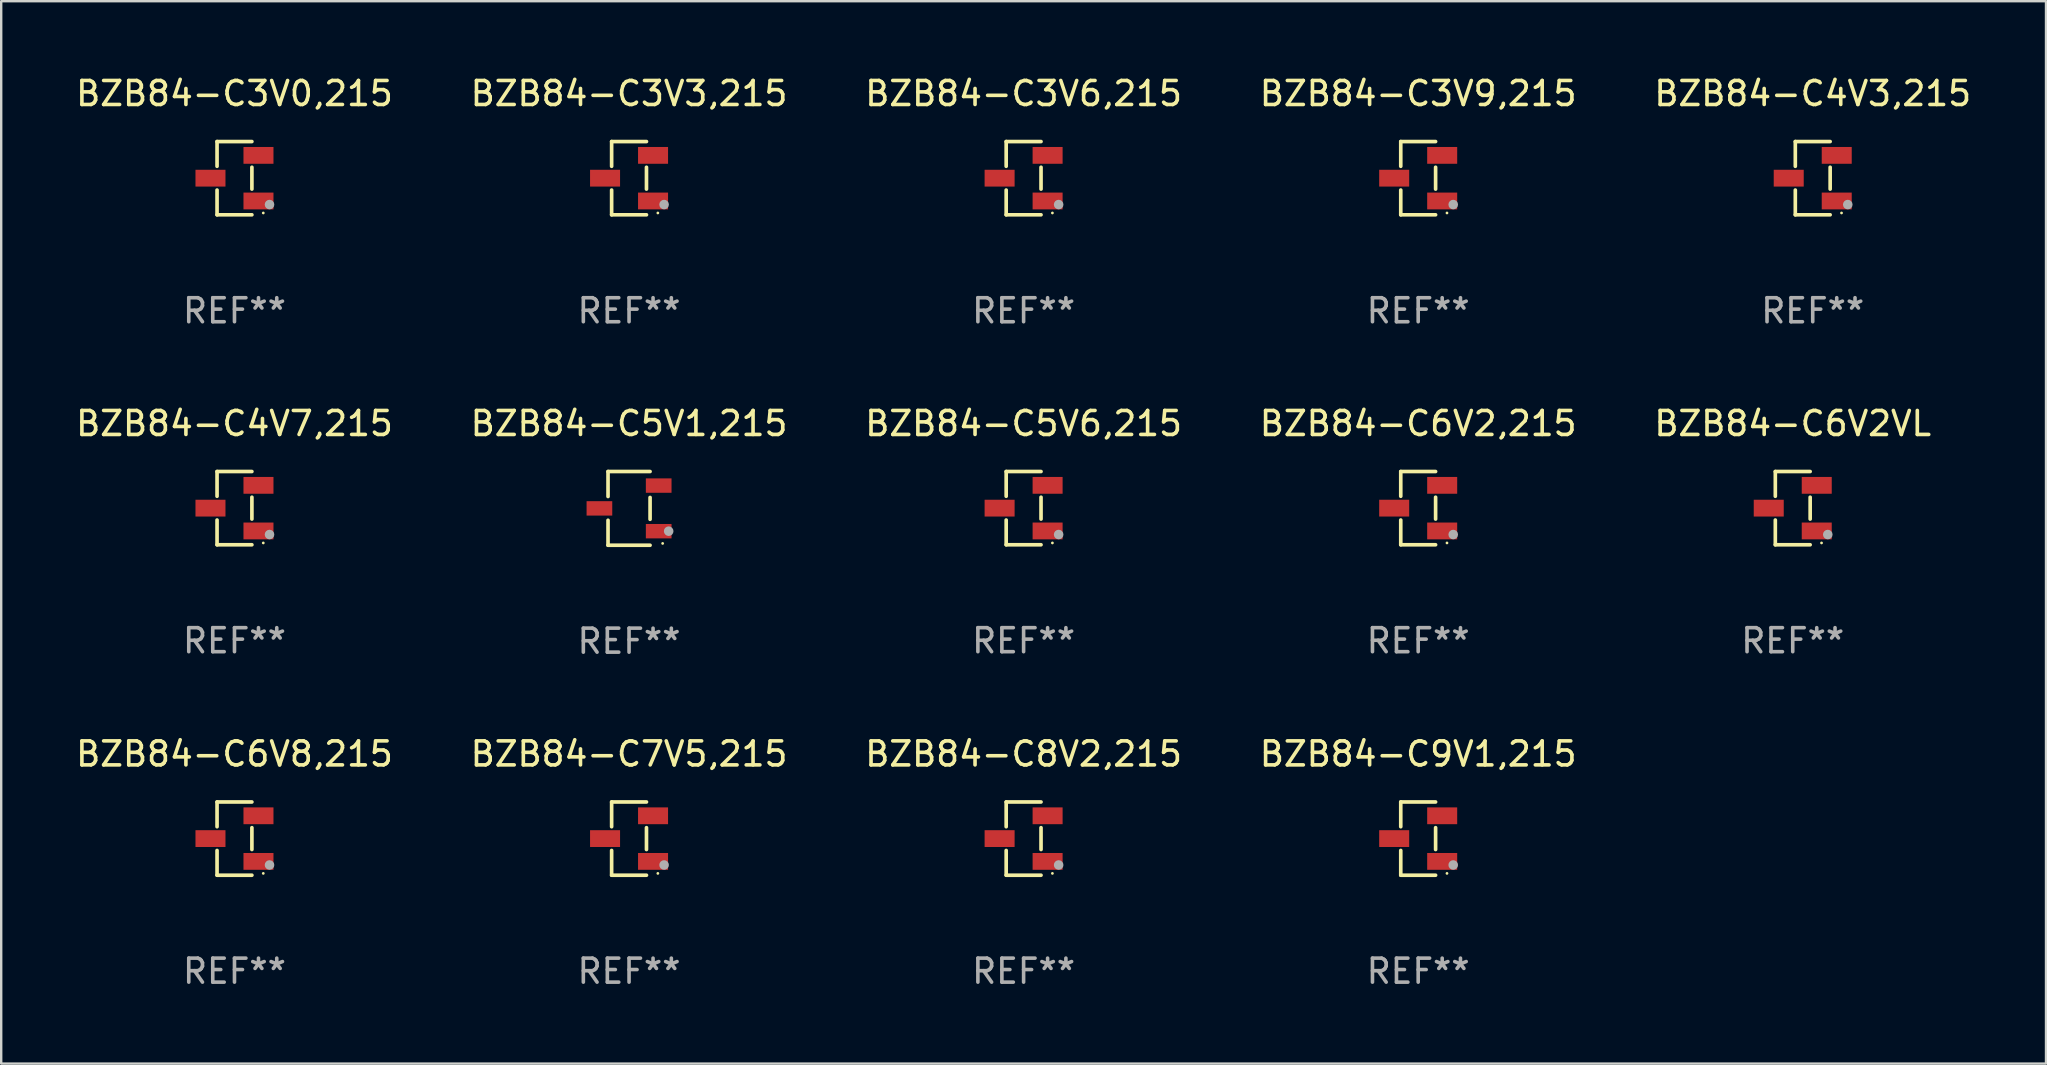
<source format=kicad_pcb>
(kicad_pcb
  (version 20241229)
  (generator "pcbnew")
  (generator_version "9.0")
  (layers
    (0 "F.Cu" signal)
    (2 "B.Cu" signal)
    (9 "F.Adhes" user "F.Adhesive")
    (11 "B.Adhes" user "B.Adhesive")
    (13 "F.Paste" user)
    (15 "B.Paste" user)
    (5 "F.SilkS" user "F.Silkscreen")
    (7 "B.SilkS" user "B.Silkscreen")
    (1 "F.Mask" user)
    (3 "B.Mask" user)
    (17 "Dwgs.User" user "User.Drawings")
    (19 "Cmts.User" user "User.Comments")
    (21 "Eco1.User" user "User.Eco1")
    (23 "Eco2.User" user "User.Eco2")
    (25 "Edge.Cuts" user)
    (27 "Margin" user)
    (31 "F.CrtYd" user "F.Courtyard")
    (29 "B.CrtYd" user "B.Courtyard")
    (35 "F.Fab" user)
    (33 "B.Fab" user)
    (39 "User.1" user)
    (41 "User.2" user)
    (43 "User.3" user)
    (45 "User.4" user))
  (footprint "BZB84-C4V3,215"
    (layer "F.Cu")
    (at 72.482 4.374)
    (property "Reference" "BZB84-C4V3,215" (at 0 -3.526 0) (layer "F.SilkS") (effects (font (size 1 1) (thickness 0.15))))
    (attr through_hole)
    (fp_line (start -0.726 -1.526) (end -0.726 -0.495) (stroke (width 0.152) (type solid)) (layer "F.SilkS"))
    (fp_line (start -0.726 1.526) (end -0.726 0.495) (stroke (width 0.152) (type solid)) (layer "F.SilkS"))
    (fp_line (start 0.726 -1.526) (end -0.726 -1.526) (stroke (width 0.152) (type solid)) (layer "F.SilkS"))
    (fp_line (start 0.726 -0.455) (end 0.726 0.455) (stroke (width 0.152) (type solid)) (layer "F.SilkS"))
    (fp_line (start 0.726 1.526) (end -0.726 1.526) (stroke (width 0.152) (type solid)) (layer "F.SilkS"))
    (fp_circle (center 1.2 1.45) (end 1.23 1.45) (stroke (width 0.06) (type solid)) (fill no) (layer "F.SilkS"))
    (fp_circle (center 1.46 1.1) (end 1.56 1.1) (stroke (width 0.2) (type solid)) (fill no) (layer "F.Fab"))
    (fp_text user "REF**" (at 0 5.526 0) (layer "F.Fab") (effects (font (size 1 1) (thickness 0.15))))
    (pad "1" smd rect (at 1 0.95) (size 1.25 0.7) (layers "F.Cu" "F.Mask" "F.Paste"))
    (pad "2" smd rect (at 1 -0.95) (size 1.25 0.7) (layers "F.Cu" "F.Mask" "F.Paste"))
    (pad "3" smd rect (at -1 0) (size 1.25 0.7) (layers "F.Cu" "F.Mask" "F.Paste")))
  (footprint "BZB84-C3V9,215"
    (layer "F.Cu")
    (at 56.042 4.374)
    (property "Reference" "BZB84-C3V9,215" (at 0 -3.526 0) (layer "F.SilkS") (effects (font (size 1 1) (thickness 0.15))))
    (attr through_hole)
    (fp_line (start -0.726 -1.526) (end -0.726 -0.495) (stroke (width 0.152) (type solid)) (layer "F.SilkS"))
    (fp_line (start -0.726 1.526) (end -0.726 0.495) (stroke (width 0.152) (type solid)) (layer "F.SilkS"))
    (fp_line (start 0.726 -1.526) (end -0.726 -1.526) (stroke (width 0.152) (type solid)) (layer "F.SilkS"))
    (fp_line (start 0.726 -0.455) (end 0.726 0.455) (stroke (width 0.152) (type solid)) (layer "F.SilkS"))
    (fp_line (start 0.726 1.526) (end -0.726 1.526) (stroke (width 0.152) (type solid)) (layer "F.SilkS"))
    (fp_circle (center 1.2 1.45) (end 1.23 1.45) (stroke (width 0.06) (type solid)) (fill no) (layer "F.SilkS"))
    (fp_circle (center 1.46 1.1) (end 1.56 1.1) (stroke (width 0.2) (type solid)) (fill no) (layer "F.Fab"))
    (fp_text user "REF**" (at 0 5.526 0) (layer "F.Fab") (effects (font (size 1 1) (thickness 0.15))))
    (pad "1" smd rect (at 1 0.95) (size 1.25 0.7) (layers "F.Cu" "F.Mask" "F.Paste"))
    (pad "2" smd rect (at 1 -0.95) (size 1.25 0.7) (layers "F.Cu" "F.Mask" "F.Paste"))
    (pad "3" smd rect (at -1 0) (size 1.25 0.7) (layers "F.Cu" "F.Mask" "F.Paste")))
  (footprint "BZB84-C3V6,215"
    (layer "F.Cu")
    (at 39.601 4.374)
    (property "Reference" "BZB84-C3V6,215" (at 0 -3.526 0) (layer "F.SilkS") (effects (font (size 1 1) (thickness 0.15))))
    (attr through_hole)
    (fp_line (start -0.726 -1.526) (end -0.726 -0.495) (stroke (width 0.152) (type solid)) (layer "F.SilkS"))
    (fp_line (start -0.726 1.526) (end -0.726 0.495) (stroke (width 0.152) (type solid)) (layer "F.SilkS"))
    (fp_line (start 0.726 -1.526) (end -0.726 -1.526) (stroke (width 0.152) (type solid)) (layer "F.SilkS"))
    (fp_line (start 0.726 -0.455) (end 0.726 0.455) (stroke (width 0.152) (type solid)) (layer "F.SilkS"))
    (fp_line (start 0.726 1.526) (end -0.726 1.526) (stroke (width 0.152) (type solid)) (layer "F.SilkS"))
    (fp_circle (center 1.2 1.45) (end 1.23 1.45) (stroke (width 0.06) (type solid)) (fill no) (layer "F.SilkS"))
    (fp_circle (center 1.46 1.1) (end 1.56 1.1) (stroke (width 0.2) (type solid)) (fill no) (layer "F.Fab"))
    (fp_text user "REF**" (at 0 5.526 0) (layer "F.Fab") (effects (font (size 1 1) (thickness 0.15))))
    (pad "1" smd rect (at 1 0.95) (size 1.25 0.7) (layers "F.Cu" "F.Mask" "F.Paste"))
    (pad "2" smd rect (at 1 -0.95) (size 1.25 0.7) (layers "F.Cu" "F.Mask" "F.Paste"))
    (pad "3" smd rect (at -1 0) (size 1.25 0.7) (layers "F.Cu" "F.Mask" "F.Paste")))
  (footprint "BZB84-C5V1,215"
    (layer "F.Cu")
    (at 23.161 18.133)
    (property "Reference" "BZB84-C5V1,215" (at 0 -3.536 0) (layer "F.SilkS") (effects (font (size 1 1) (thickness 0.15))))
    (attr through_hole)
    (fp_line (start -0.876 -1.536) (end -0.876 -0.495) (stroke (width 0.152) (type solid)) (layer "F.SilkS"))
    (fp_line (start -0.876 1.536) (end -0.876 0.495) (stroke (width 0.152) (type solid)) (layer "F.SilkS"))
    (fp_line (start 0.876 -1.536) (end -0.876 -1.536) (stroke (width 0.152) (type solid)) (layer "F.SilkS"))
    (fp_line (start 0.876 -0.455) (end 0.876 0.455) (stroke (width 0.152) (type solid)) (layer "F.SilkS"))
    (fp_line (start 0.876 1.536) (end -0.876 1.536) (stroke (width 0.152) (type solid)) (layer "F.SilkS"))
    (fp_circle (center 1.4 1.46) (end 1.43 1.46) (stroke (width 0.06) (type solid)) (fill no) (layer "F.SilkS"))
    (fp_circle (center 1.651 0.95) (end 1.751 0.95) (stroke (width 0.2) (type solid)) (fill no) (layer "F.Fab"))
    (fp_text user "REF**" (at 0 5.536 0) (layer "F.Fab") (effects (font (size 1 1) (thickness 0.15))))
    (pad "1" smd rect (at 1.235 0.95) (size 1.07 0.6) (layers "F.Cu" "F.Mask" "F.Paste"))
    (pad "2" smd rect (at 1.235 -0.95) (size 1.07 0.6) (layers "F.Cu" "F.Mask" "F.Paste"))
    (pad "3" smd rect (at -1.235 0) (size 1.07 0.6) (layers "F.Cu" "F.Mask" "F.Paste")))
  (footprint "BZB84-C9V1,215"
    (layer "F.Cu")
    (at 56.042 31.892)
    (property "Reference" "BZB84-C9V1,215" (at 0 -3.526 0) (layer "F.SilkS") (effects (font (size 1 1) (thickness 0.15))))
    (attr through_hole)
    (fp_line (start -0.726 -1.526) (end -0.726 -0.495) (stroke (width 0.152) (type solid)) (layer "F.SilkS"))
    (fp_line (start -0.726 1.526) (end -0.726 0.495) (stroke (width 0.152) (type solid)) (layer "F.SilkS"))
    (fp_line (start 0.726 -1.526) (end -0.726 -1.526) (stroke (width 0.152) (type solid)) (layer "F.SilkS"))
    (fp_line (start 0.726 -0.455) (end 0.726 0.455) (stroke (width 0.152) (type solid)) (layer "F.SilkS"))
    (fp_line (start 0.726 1.526) (end -0.726 1.526) (stroke (width 0.152) (type solid)) (layer "F.SilkS"))
    (fp_circle (center 1.2 1.45) (end 1.23 1.45) (stroke (width 0.06) (type solid)) (fill no) (layer "F.SilkS"))
    (fp_circle (center 1.46 1.1) (end 1.56 1.1) (stroke (width 0.2) (type solid)) (fill no) (layer "F.Fab"))
    (fp_text user "REF**" (at 0 5.526 0) (layer "F.Fab") (effects (font (size 1 1) (thickness 0.15))))
    (pad "1" smd rect (at 1 0.95) (size 1.25 0.7) (layers "F.Cu" "F.Mask" "F.Paste"))
    (pad "2" smd rect (at 1 -0.95) (size 1.25 0.7) (layers "F.Cu" "F.Mask" "F.Paste"))
    (pad "3" smd rect (at -1 0) (size 1.25 0.7) (layers "F.Cu" "F.Mask" "F.Paste")))
  (footprint "BZB84-C6V2,215"
    (layer "F.Cu")
    (at 56.042 18.123)
    (property "Reference" "BZB84-C6V2,215" (at 0 -3.526 0) (layer "F.SilkS") (effects (font (size 1 1) (thickness 0.15))))
    (attr through_hole)
    (fp_line (start -0.726 -1.526) (end -0.726 -0.495) (stroke (width 0.152) (type solid)) (layer "F.SilkS"))
    (fp_line (start -0.726 1.526) (end -0.726 0.495) (stroke (width 0.152) (type solid)) (layer "F.SilkS"))
    (fp_line (start 0.726 -1.526) (end -0.726 -1.526) (stroke (width 0.152) (type solid)) (layer "F.SilkS"))
    (fp_line (start 0.726 -0.455) (end 0.726 0.455) (stroke (width 0.152) (type solid)) (layer "F.SilkS"))
    (fp_line (start 0.726 1.526) (end -0.726 1.526) (stroke (width 0.152) (type solid)) (layer "F.SilkS"))
    (fp_circle (center 1.2 1.45) (end 1.23 1.45) (stroke (width 0.06) (type solid)) (fill no) (layer "F.SilkS"))
    (fp_circle (center 1.46 1.1) (end 1.56 1.1) (stroke (width 0.2) (type solid)) (fill no) (layer "F.Fab"))
    (fp_text user "REF**" (at 0 5.526 0) (layer "F.Fab") (effects (font (size 1 1) (thickness 0.15))))
    (pad "1" smd rect (at 1 0.95) (size 1.25 0.7) (layers "F.Cu" "F.Mask" "F.Paste"))
    (pad "2" smd rect (at 1 -0.95) (size 1.25 0.7) (layers "F.Cu" "F.Mask" "F.Paste"))
    (pad "3" smd rect (at -1 0) (size 1.25 0.7) (layers "F.Cu" "F.Mask" "F.Paste")))
  (footprint "BZB84-C5V6,215"
    (layer "F.Cu")
    (at 39.601 18.123)
    (property "Reference" "BZB84-C5V6,215" (at 0 -3.526 0) (layer "F.SilkS") (effects (font (size 1 1) (thickness 0.15))))
    (attr through_hole)
    (fp_line (start -0.726 -1.526) (end -0.726 -0.495) (stroke (width 0.152) (type solid)) (layer "F.SilkS"))
    (fp_line (start -0.726 1.526) (end -0.726 0.495) (stroke (width 0.152) (type solid)) (layer "F.SilkS"))
    (fp_line (start 0.726 -1.526) (end -0.726 -1.526) (stroke (width 0.152) (type solid)) (layer "F.SilkS"))
    (fp_line (start 0.726 -0.455) (end 0.726 0.455) (stroke (width 0.152) (type solid)) (layer "F.SilkS"))
    (fp_line (start 0.726 1.526) (end -0.726 1.526) (stroke (width 0.152) (type solid)) (layer "F.SilkS"))
    (fp_circle (center 1.2 1.45) (end 1.23 1.45) (stroke (width 0.06) (type solid)) (fill no) (layer "F.SilkS"))
    (fp_circle (center 1.46 1.1) (end 1.56 1.1) (stroke (width 0.2) (type solid)) (fill no) (layer "F.Fab"))
    (fp_text user "REF**" (at 0 5.526 0) (layer "F.Fab") (effects (font (size 1 1) (thickness 0.15))))
    (pad "1" smd rect (at 1 0.95) (size 1.25 0.7) (layers "F.Cu" "F.Mask" "F.Paste"))
    (pad "2" smd rect (at 1 -0.95) (size 1.25 0.7) (layers "F.Cu" "F.Mask" "F.Paste"))
    (pad "3" smd rect (at -1 0) (size 1.25 0.7) (layers "F.Cu" "F.Mask" "F.Paste")))
  (footprint "BZB84-C8V2,215"
    (layer "F.Cu")
    (at 39.601 31.892)
    (property "Reference" "BZB84-C8V2,215" (at 0 -3.526 0) (layer "F.SilkS") (effects (font (size 1 1) (thickness 0.15))))
    (attr through_hole)
    (fp_line (start -0.726 -1.526) (end -0.726 -0.495) (stroke (width 0.152) (type solid)) (layer "F.SilkS"))
    (fp_line (start -0.726 1.526) (end -0.726 0.495) (stroke (width 0.152) (type solid)) (layer "F.SilkS"))
    (fp_line (start 0.726 -1.526) (end -0.726 -1.526) (stroke (width 0.152) (type solid)) (layer "F.SilkS"))
    (fp_line (start 0.726 -0.455) (end 0.726 0.455) (stroke (width 0.152) (type solid)) (layer "F.SilkS"))
    (fp_line (start 0.726 1.526) (end -0.726 1.526) (stroke (width 0.152) (type solid)) (layer "F.SilkS"))
    (fp_circle (center 1.2 1.45) (end 1.23 1.45) (stroke (width 0.06) (type solid)) (fill no) (layer "F.SilkS"))
    (fp_circle (center 1.46 1.1) (end 1.56 1.1) (stroke (width 0.2) (type solid)) (fill no) (layer "F.Fab"))
    (fp_text user "REF**" (at 0 5.526 0) (layer "F.Fab") (effects (font (size 1 1) (thickness 0.15))))
    (pad "1" smd rect (at 1 0.95) (size 1.25 0.7) (layers "F.Cu" "F.Mask" "F.Paste"))
    (pad "2" smd rect (at 1 -0.95) (size 1.25 0.7) (layers "F.Cu" "F.Mask" "F.Paste"))
    (pad "3" smd rect (at -1 0) (size 1.25 0.7) (layers "F.Cu" "F.Mask" "F.Paste")))
  (footprint "BZB84-C6V8,215"
    (layer "F.Cu")
    (at 6.72 31.892)
    (property "Reference" "BZB84-C6V8,215" (at 0 -3.526 0) (layer "F.SilkS") (effects (font (size 1 1) (thickness 0.15))))
    (attr through_hole)
    (fp_line (start -0.726 -1.526) (end -0.726 -0.495) (stroke (width 0.152) (type solid)) (layer "F.SilkS"))
    (fp_line (start -0.726 1.526) (end -0.726 0.495) (stroke (width 0.152) (type solid)) (layer "F.SilkS"))
    (fp_line (start 0.726 -1.526) (end -0.726 -1.526) (stroke (width 0.152) (type solid)) (layer "F.SilkS"))
    (fp_line (start 0.726 -0.455) (end 0.726 0.455) (stroke (width 0.152) (type solid)) (layer "F.SilkS"))
    (fp_line (start 0.726 1.526) (end -0.726 1.526) (stroke (width 0.152) (type solid)) (layer "F.SilkS"))
    (fp_circle (center 1.2 1.45) (end 1.23 1.45) (stroke (width 0.06) (type solid)) (fill no) (layer "F.SilkS"))
    (fp_circle (center 1.46 1.1) (end 1.56 1.1) (stroke (width 0.2) (type solid)) (fill no) (layer "F.Fab"))
    (fp_text user "REF**" (at 0 5.526 0) (layer "F.Fab") (effects (font (size 1 1) (thickness 0.15))))
    (pad "1" smd rect (at 1 0.95) (size 1.25 0.7) (layers "F.Cu" "F.Mask" "F.Paste"))
    (pad "2" smd rect (at 1 -0.95) (size 1.25 0.7) (layers "F.Cu" "F.Mask" "F.Paste"))
    (pad "3" smd rect (at -1 0) (size 1.25 0.7) (layers "F.Cu" "F.Mask" "F.Paste")))
  (footprint "BZB84-C3V3,215"
    (layer "F.Cu")
    (at 23.161 4.374)
    (property "Reference" "BZB84-C3V3,215" (at 0 -3.526 0) (layer "F.SilkS") (effects (font (size 1 1) (thickness 0.15))))
    (attr through_hole)
    (fp_line (start -0.726 -1.526) (end -0.726 -0.495) (stroke (width 0.152) (type solid)) (layer "F.SilkS"))
    (fp_line (start -0.726 1.526) (end -0.726 0.495) (stroke (width 0.152) (type solid)) (layer "F.SilkS"))
    (fp_line (start 0.726 -1.526) (end -0.726 -1.526) (stroke (width 0.152) (type solid)) (layer "F.SilkS"))
    (fp_line (start 0.726 -0.455) (end 0.726 0.455) (stroke (width 0.152) (type solid)) (layer "F.SilkS"))
    (fp_line (start 0.726 1.526) (end -0.726 1.526) (stroke (width 0.152) (type solid)) (layer "F.SilkS"))
    (fp_circle (center 1.2 1.45) (end 1.23 1.45) (stroke (width 0.06) (type solid)) (fill no) (layer "F.SilkS"))
    (fp_circle (center 1.46 1.1) (end 1.56 1.1) (stroke (width 0.2) (type solid)) (fill no) (layer "F.Fab"))
    (fp_text user "REF**" (at 0 5.526 0) (layer "F.Fab") (effects (font (size 1 1) (thickness 0.15))))
    (pad "1" smd rect (at 1 0.95) (size 1.25 0.7) (layers "F.Cu" "F.Mask" "F.Paste"))
    (pad "2" smd rect (at 1 -0.95) (size 1.25 0.7) (layers "F.Cu" "F.Mask" "F.Paste"))
    (pad "3" smd rect (at -1 0) (size 1.25 0.7) (layers "F.Cu" "F.Mask" "F.Paste")))
  (footprint "BZB84-C3V0,215"
    (layer "F.Cu")
    (at 6.72 4.374)
    (property "Reference" "BZB84-C3V0,215" (at 0 -3.526 0) (layer "F.SilkS") (effects (font (size 1 1) (thickness 0.15))))
    (attr through_hole)
    (fp_line (start -0.726 -1.526) (end -0.726 -0.495) (stroke (width 0.152) (type solid)) (layer "F.SilkS"))
    (fp_line (start -0.726 1.526) (end -0.726 0.495) (stroke (width 0.152) (type solid)) (layer "F.SilkS"))
    (fp_line (start 0.726 -1.526) (end -0.726 -1.526) (stroke (width 0.152) (type solid)) (layer "F.SilkS"))
    (fp_line (start 0.726 -0.455) (end 0.726 0.455) (stroke (width 0.152) (type solid)) (layer "F.SilkS"))
    (fp_line (start 0.726 1.526) (end -0.726 1.526) (stroke (width 0.152) (type solid)) (layer "F.SilkS"))
    (fp_circle (center 1.2 1.45) (end 1.23 1.45) (stroke (width 0.06) (type solid)) (fill no) (layer "F.SilkS"))
    (fp_circle (center 1.46 1.1) (end 1.56 1.1) (stroke (width 0.2) (type solid)) (fill no) (layer "F.Fab"))
    (fp_text user "REF**" (at 0 5.526 0) (layer "F.Fab") (effects (font (size 1 1) (thickness 0.15))))
    (pad "1" smd rect (at 1 0.95) (size 1.25 0.7) (layers "F.Cu" "F.Mask" "F.Paste"))
    (pad "2" smd rect (at 1 -0.95) (size 1.25 0.7) (layers "F.Cu" "F.Mask" "F.Paste"))
    (pad "3" smd rect (at -1 0) (size 1.25 0.7) (layers "F.Cu" "F.Mask" "F.Paste")))
  (footprint "BZB84-C7V5,215"
    (layer "F.Cu")
    (at 23.161 31.892)
    (property "Reference" "BZB84-C7V5,215" (at 0 -3.526 0) (layer "F.SilkS") (effects (font (size 1 1) (thickness 0.15))))
    (attr through_hole)
    (fp_line (start -0.726 -1.526) (end -0.726 -0.495) (stroke (width 0.152) (type solid)) (layer "F.SilkS"))
    (fp_line (start -0.726 1.526) (end -0.726 0.495) (stroke (width 0.152) (type solid)) (layer "F.SilkS"))
    (fp_line (start 0.726 -1.526) (end -0.726 -1.526) (stroke (width 0.152) (type solid)) (layer "F.SilkS"))
    (fp_line (start 0.726 -0.455) (end 0.726 0.455) (stroke (width 0.152) (type solid)) (layer "F.SilkS"))
    (fp_line (start 0.726 1.526) (end -0.726 1.526) (stroke (width 0.152) (type solid)) (layer "F.SilkS"))
    (fp_circle (center 1.2 1.45) (end 1.23 1.45) (stroke (width 0.06) (type solid)) (fill no) (layer "F.SilkS"))
    (fp_circle (center 1.46 1.1) (end 1.56 1.1) (stroke (width 0.2) (type solid)) (fill no) (layer "F.Fab"))
    (fp_text user "REF**" (at 0 5.526 0) (layer "F.Fab") (effects (font (size 1 1) (thickness 0.15))))
    (pad "1" smd rect (at 1 0.95) (size 1.25 0.7) (layers "F.Cu" "F.Mask" "F.Paste"))
    (pad "2" smd rect (at 1 -0.95) (size 1.25 0.7) (layers "F.Cu" "F.Mask" "F.Paste"))
    (pad "3" smd rect (at -1 0) (size 1.25 0.7) (layers "F.Cu" "F.Mask" "F.Paste")))
  (footprint "BZB84-C4V7,215"
    (layer "F.Cu")
    (at 6.72 18.123)
    (property "Reference" "BZB84-C4V7,215" (at 0 -3.526 0) (layer "F.SilkS") (effects (font (size 1 1) (thickness 0.15))))
    (attr through_hole)
    (fp_line (start -0.726 -1.526) (end -0.726 -0.495) (stroke (width 0.152) (type solid)) (layer "F.SilkS"))
    (fp_line (start -0.726 1.526) (end -0.726 0.495) (stroke (width 0.152) (type solid)) (layer "F.SilkS"))
    (fp_line (start 0.726 -1.526) (end -0.726 -1.526) (stroke (width 0.152) (type solid)) (layer "F.SilkS"))
    (fp_line (start 0.726 -0.455) (end 0.726 0.455) (stroke (width 0.152) (type solid)) (layer "F.SilkS"))
    (fp_line (start 0.726 1.526) (end -0.726 1.526) (stroke (width 0.152) (type solid)) (layer "F.SilkS"))
    (fp_circle (center 1.2 1.45) (end 1.23 1.45) (stroke (width 0.06) (type solid)) (fill no) (layer "F.SilkS"))
    (fp_circle (center 1.46 1.1) (end 1.56 1.1) (stroke (width 0.2) (type solid)) (fill no) (layer "F.Fab"))
    (fp_text user "REF**" (at 0 5.526 0) (layer "F.Fab") (effects (font (size 1 1) (thickness 0.15))))
    (pad "1" smd rect (at 1 0.95) (size 1.25 0.7) (layers "F.Cu" "F.Mask" "F.Paste"))
    (pad "2" smd rect (at 1 -0.95) (size 1.25 0.7) (layers "F.Cu" "F.Mask" "F.Paste"))
    (pad "3" smd rect (at -1 0) (size 1.25 0.7) (layers "F.Cu" "F.Mask" "F.Paste")))
  (footprint "BZB84-C6V2VL"
    (layer "F.Cu")
    (at 71.649 18.123)
    (property "Reference" "BZB84-C6V2VL" (at 0 -3.526 0) (layer "F.SilkS") (effects (font (size 1 1) (thickness 0.15))))
    (attr through_hole)
    (fp_line (start -0.726 -1.526) (end -0.726 -0.495) (stroke (width 0.152) (type solid)) (layer "F.SilkS"))
    (fp_line (start -0.726 1.526) (end -0.726 0.495) (stroke (width 0.152) (type solid)) (layer "F.SilkS"))
    (fp_line (start 0.726 -1.526) (end -0.726 -1.526) (stroke (width 0.152) (type solid)) (layer "F.SilkS"))
    (fp_line (start 0.726 -0.455) (end 0.726 0.455) (stroke (width 0.152) (type solid)) (layer "F.SilkS"))
    (fp_line (start 0.726 1.526) (end -0.726 1.526) (stroke (width 0.152) (type solid)) (layer "F.SilkS"))
    (fp_circle (center 1.2 1.45) (end 1.23 1.45) (stroke (width 0.06) (type solid)) (fill no) (layer "F.SilkS"))
    (fp_circle (center 1.46 1.1) (end 1.56 1.1) (stroke (width 0.2) (type solid)) (fill no) (layer "F.Fab"))
    (fp_text user "REF**" (at 0 5.526 0) (layer "F.Fab") (effects (font (size 1 1) (thickness 0.15))))
    (pad "1" smd rect (at 1 0.95) (size 1.25 0.7) (layers "F.Cu" "F.Mask" "F.Paste"))
    (pad "2" smd rect (at 1 -0.95) (size 1.25 0.7) (layers "F.Cu" "F.Mask" "F.Paste"))
    (pad "3" smd rect (at -1 0) (size 1.25 0.7) (layers "F.Cu" "F.Mask" "F.Paste")))
  (gr_rect
    (start -3 -3)
    (end 82.202 41.267)
    (stroke (width 0.1) (type default))
    (fill no)
    (layer "Edge.Cuts")))
</source>
